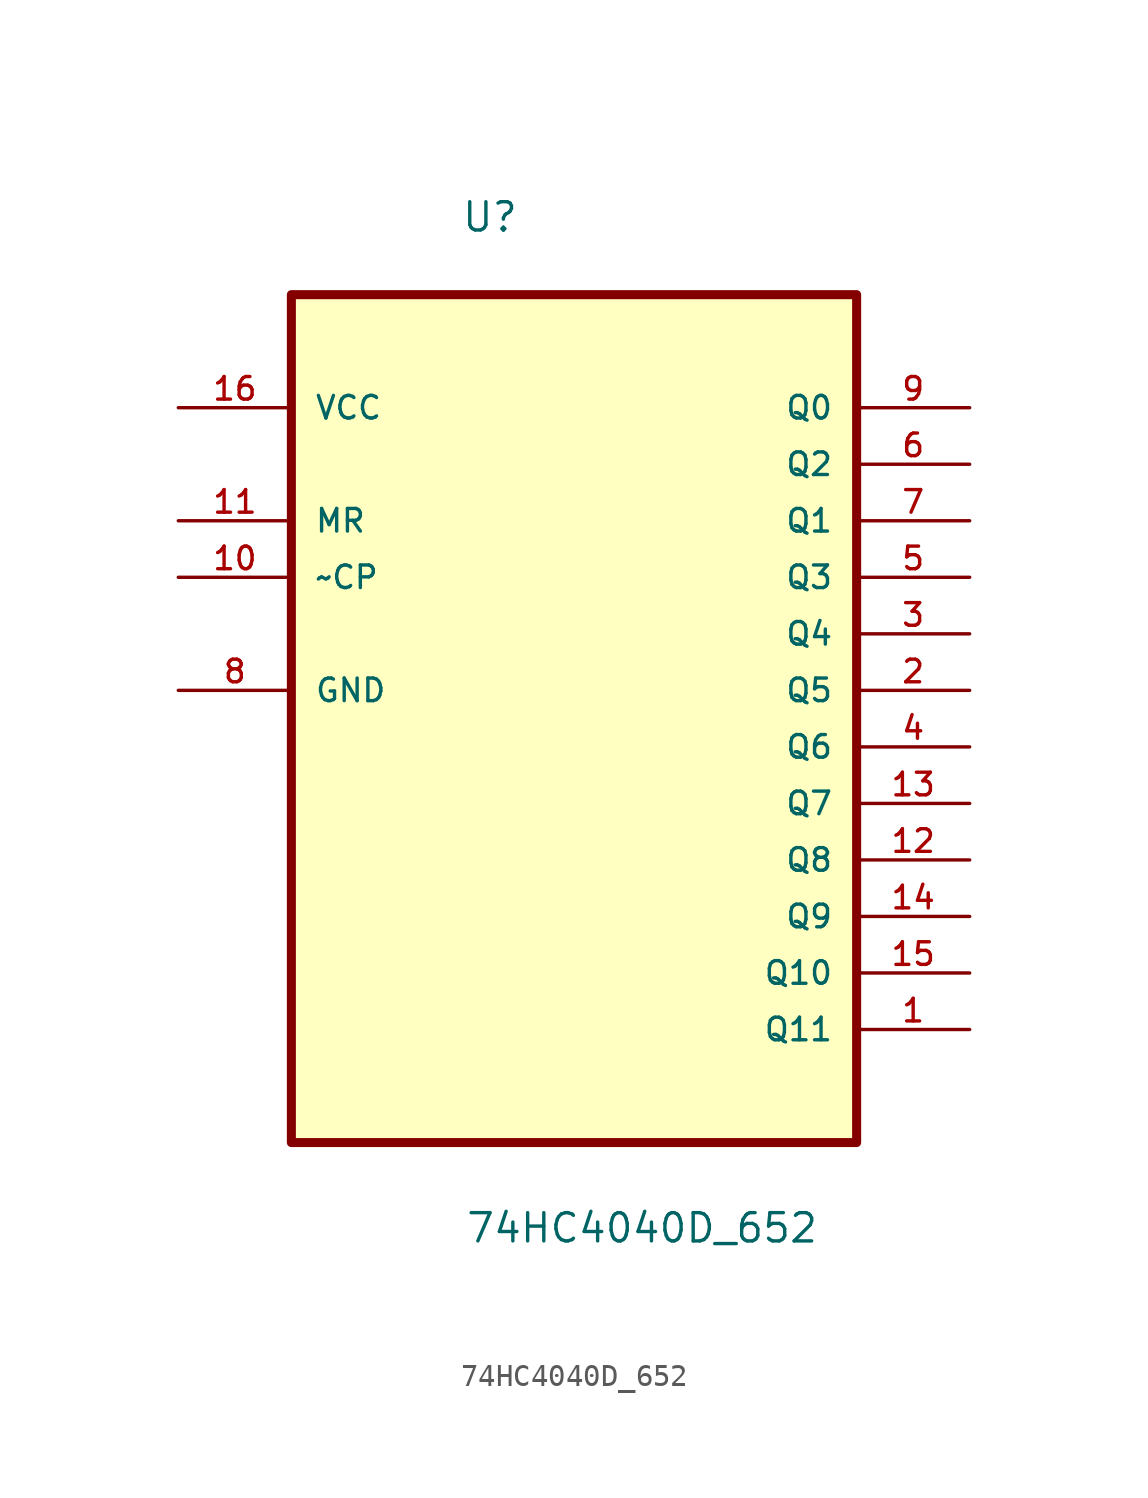
<source format=kicad_sym>
(kicad_symbol_lib
  (version 20211014)
  (generator kicad_symbol_editor)
  (symbol "74HC4040D_652"
    (pin_names
      (offset 1.016))
    (property "Reference" "U"
      (at -5.087 17.983 0.0)
      (effects (font (size 1.27 1.27)) (justify bottom left)))
    (property "Value" "74HC4040D_652"
      (at -4.904 -27.442 0.0)
      (effects (font (size 1.27 1.27)) (justify bottom left)))
    (symbol "74HC4040D_652_0_0"
      (rectangle (start -12.7 -22.86) (end 12.7 15.24) (stroke (width 0.406)) (fill (type background)))
      (pin power_in line (at -17.78 10.16 0) (length 5.08) (name "VCC" (effects (font (size 1.016 1.016)))) (number "16" (effects (font (size 1.016 1.016)))))
      (pin input line (at -17.78 5.08 0) (length 5.08) (name "MR" (effects (font (size 1.016 1.016)))) (number "11" (effects (font (size 1.016 1.016)))))
      (pin input line (at -17.78 2.54 0) (length 5.08) (name "~CP" (effects (font (size 1.016 1.016)))) (number "10" (effects (font (size 1.016 1.016)))))
      (pin passive line (at -17.78 -2.54 0) (length 5.08) (name "GND" (effects (font (size 1.016 1.016)))) (number "8" (effects (font (size 1.016 1.016)))))
      (pin output line (at 17.78 10.16 180.0) (length 5.08) (name "Q0" (effects (font (size 1.016 1.016)))) (number "9" (effects (font (size 1.016 1.016)))))
      (pin output line (at 17.78 7.62 180.0) (length 5.08) (name "Q2" (effects (font (size 1.016 1.016)))) (number "6" (effects (font (size 1.016 1.016)))))
      (pin output line (at 17.78 5.08 180.0) (length 5.08) (name "Q1" (effects (font (size 1.016 1.016)))) (number "7" (effects (font (size 1.016 1.016)))))
      (pin output line (at 17.78 2.54 180.0) (length 5.08) (name "Q3" (effects (font (size 1.016 1.016)))) (number "5" (effects (font (size 1.016 1.016)))))
      (pin output line (at 17.78 0.0 180.0) (length 5.08) (name "Q4" (effects (font (size 1.016 1.016)))) (number "3" (effects (font (size 1.016 1.016)))))
      (pin output line (at 17.78 -2.54 180.0) (length 5.08) (name "Q5" (effects (font (size 1.016 1.016)))) (number "2" (effects (font (size 1.016 1.016)))))
      (pin output line (at 17.78 -5.08 180.0) (length 5.08) (name "Q6" (effects (font (size 1.016 1.016)))) (number "4" (effects (font (size 1.016 1.016)))))
      (pin output line (at 17.78 -7.62 180.0) (length 5.08) (name "Q7" (effects (font (size 1.016 1.016)))) (number "13" (effects (font (size 1.016 1.016)))))
      (pin output line (at 17.78 -10.16 180.0) (length 5.08) (name "Q8" (effects (font (size 1.016 1.016)))) (number "12" (effects (font (size 1.016 1.016)))))
      (pin output line (at 17.78 -12.7 180.0) (length 5.08) (name "Q9" (effects (font (size 1.016 1.016)))) (number "14" (effects (font (size 1.016 1.016)))))
      (pin output line (at 17.78 -15.24 180.0) (length 5.08) (name "Q10" (effects (font (size 1.016 1.016)))) (number "15" (effects (font (size 1.016 1.016)))))
      (pin output line (at 17.78 -17.78 180.0) (length 5.08) (name "Q11" (effects (font (size 1.016 1.016)))) (number "1" (effects (font (size 1.016 1.016))))))))
</source>
